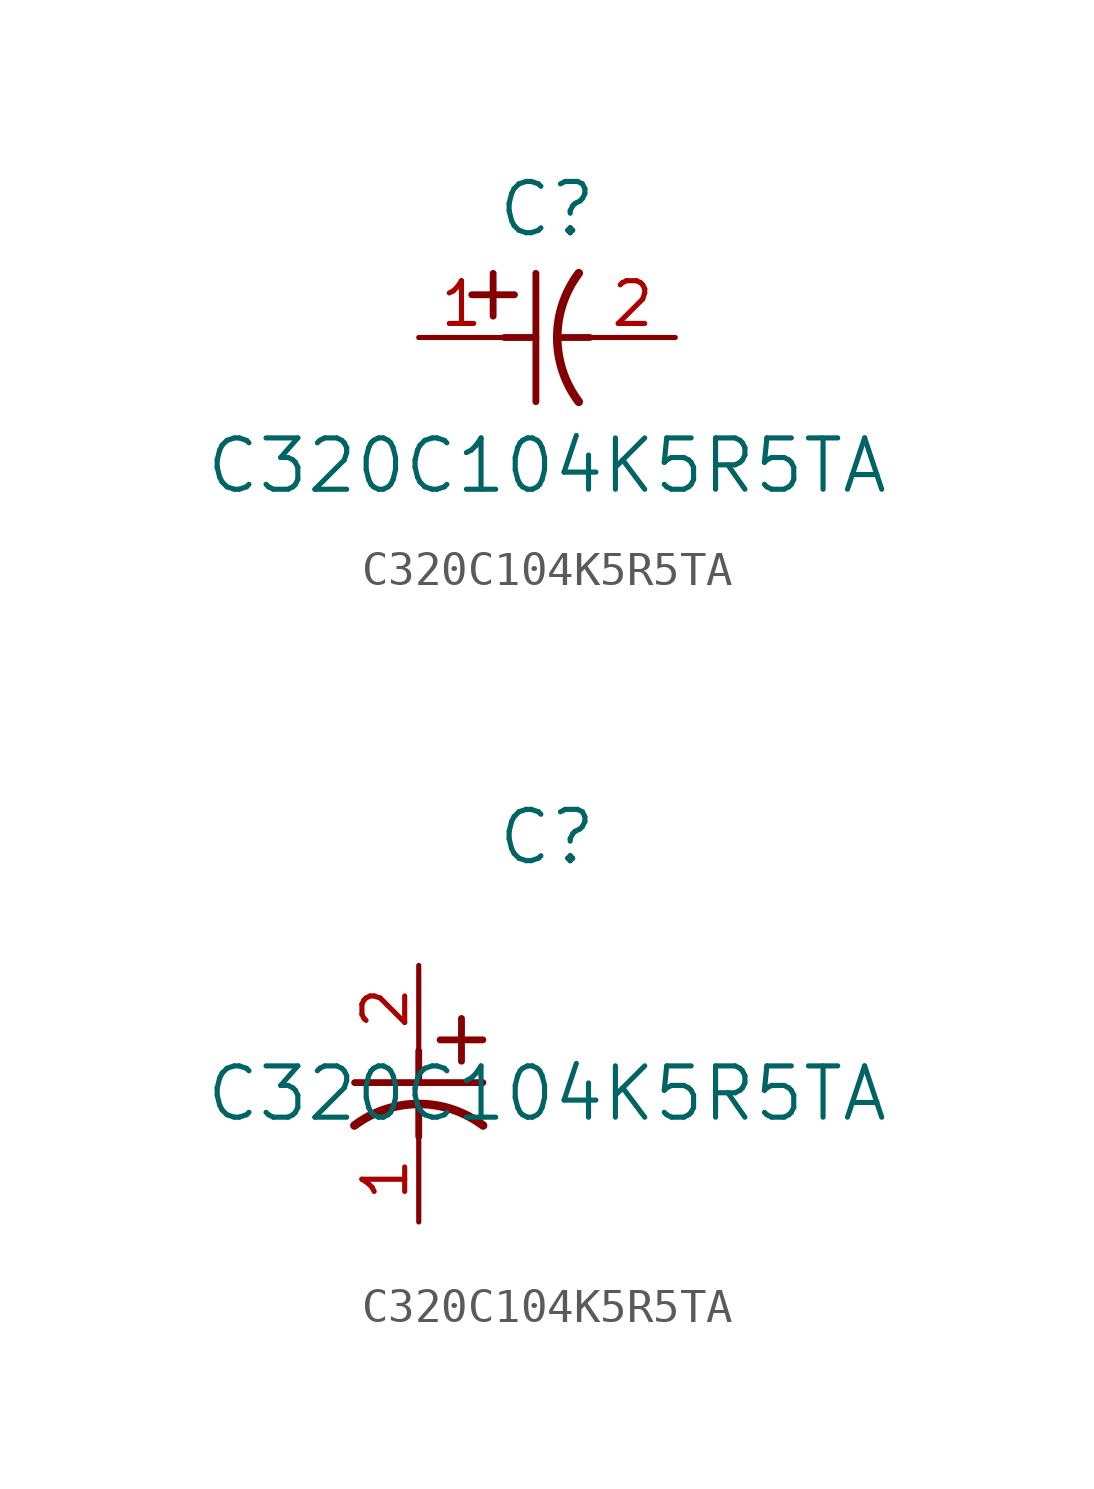
<source format=kicad_sym>
(kicad_symbol_lib
  (version 20211014)
  (generator kicad_symbol_editor)
  (symbol "C320C104K5R5TA"
    (pin_names
      (offset 0.254))
    (property "Reference" "C"
      (at 3.81 3.81 0)
      (effects (font (size 1.524 1.524))))
    (property "Value" "C320C104K5R5TA"
      (at 3.81 -3.81 0)
      (effects (font (size 1.524 1.524))))
    (symbol "C320C104K5R5TA_1_1"
      (polyline (pts (xy 2.21 0.635) (xy 2.21 1.905)) (stroke (width 0.203) (type default) (color 0 0 0 0)) (fill (type none)))
      (arc (start 4.754132 1.910763) (mid 4.1148 0) (end 4.754132 -1.910763) (stroke (width 0.254) (type default) (color 0 0 0 0)) (fill (type none)))
      (polyline (pts (xy 4.115 0) (xy 5.08 0)) (stroke (width 0.203) (type default) (color 0 0 0 0)) (fill (type none)))
      (polyline (pts (xy 3.48 -1.905) (xy 3.48 1.905)) (stroke (width 0.203) (type default) (color 0 0 0 0)) (fill (type none)))
      (polyline (pts (xy 1.575 1.27) (xy 2.845 1.27)) (stroke (width 0.203) (type default) (color 0 0 0 0)) (fill (type none)))
      (polyline (pts (xy 2.54 0) (xy 3.48 0)) (stroke (width 0.203) (type default) (color 0 0 0 0)) (fill (type none)))
      (pin unspecified line (at 0 0 0) (length 2.54) (name "" (effects (font (size 1.27 1.27)))) (number "1" (effects (font (size 1.27 1.27)))))
      (pin unspecified line (at 7.62 0 180) (length 2.54) (name "" (effects (font (size 1.27 1.27)))) (number "2" (effects (font (size 1.27 1.27))))))
    (symbol "C320C104K5R5TA_1_2"
      (polyline (pts (xy 0 -2.54) (xy 0 -3.48)) (stroke (width 0.203) (type default) (color 0 0 0 0)) (fill (type none)))
      (arc (start 1.910763 -4.754132) (mid 0 -4.1148) (end -1.910763 -4.754132) (stroke (width 0.254) (type default) (color 0 0 0 0)) (fill (type none)))
      (polyline (pts (xy -1.905 -3.48) (xy 1.905 -3.48)) (stroke (width 0.203) (type default) (color 0 0 0 0)) (fill (type none)))
      (polyline (pts (xy 0.635 -2.21) (xy 1.905 -2.21)) (stroke (width 0.203) (type default) (color 0 0 0 0)) (fill (type none)))
      (polyline (pts (xy 1.27 -1.575) (xy 1.27 -2.845)) (stroke (width 0.203) (type default) (color 0 0 0 0)) (fill (type none)))
      (polyline (pts (xy 0 -4.115) (xy 0 -5.08)) (stroke (width 0.203) (type default) (color 0 0 0 0)) (fill (type none)))
      (pin unspecified line (at 0 -7.62 90) (length 2.54) (name "" (effects (font (size 1.27 1.27)))) (number "1" (effects (font (size 1.27 1.27)))))
      (pin unspecified line (at 0 0 270) (length 2.54) (name "" (effects (font (size 1.27 1.27)))) (number "2" (effects (font (size 1.27 1.27))))))))
</source>
